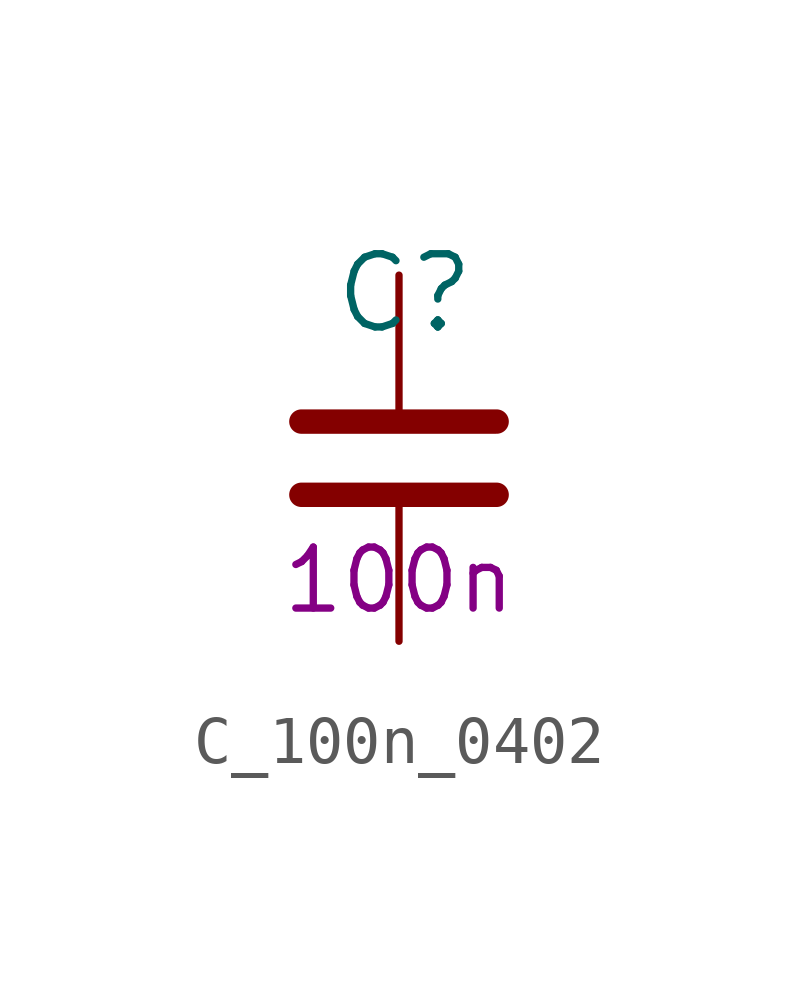
<source format=kicad_sym>
(kicad_symbol_lib
  (version 20220914)
  (generator kicad_symbol_editor)
  (symbol "C_100n_0402"
    (pin_names
      (offset 0))
    (property "Reference" "C"
      (at -1.397 3.429 0)
      (effects (font (size 1.524 1.524)) (justify left)))
    (property "Val" "100n"
      (at 0 -2.54 0)
      (effects (font (size 1.27 1.27))))
    (symbol "C_100n_0402_1_1"
      (polyline (pts (xy -2.032 -0.762) (xy 2.032 -0.762)) (stroke (width 0.508) (type default)) (fill (type none)))
      (polyline (pts (xy -2.032 0.762) (xy 2.032 0.762)) (stroke (width 0.508) (type default)) (fill (type none)))
      (pin passive line (at 0 3.81 270) (length 2.794) (name "~" (effects (font (size 0 0)))) (number "1" (effects (font (size 0 0)))))
      (pin passive line (at 0 -3.81 90) (length 2.794) (name "~" (effects (font (size 0 0)))) (number "2" (effects (font (size 0 0))))))))
</source>
